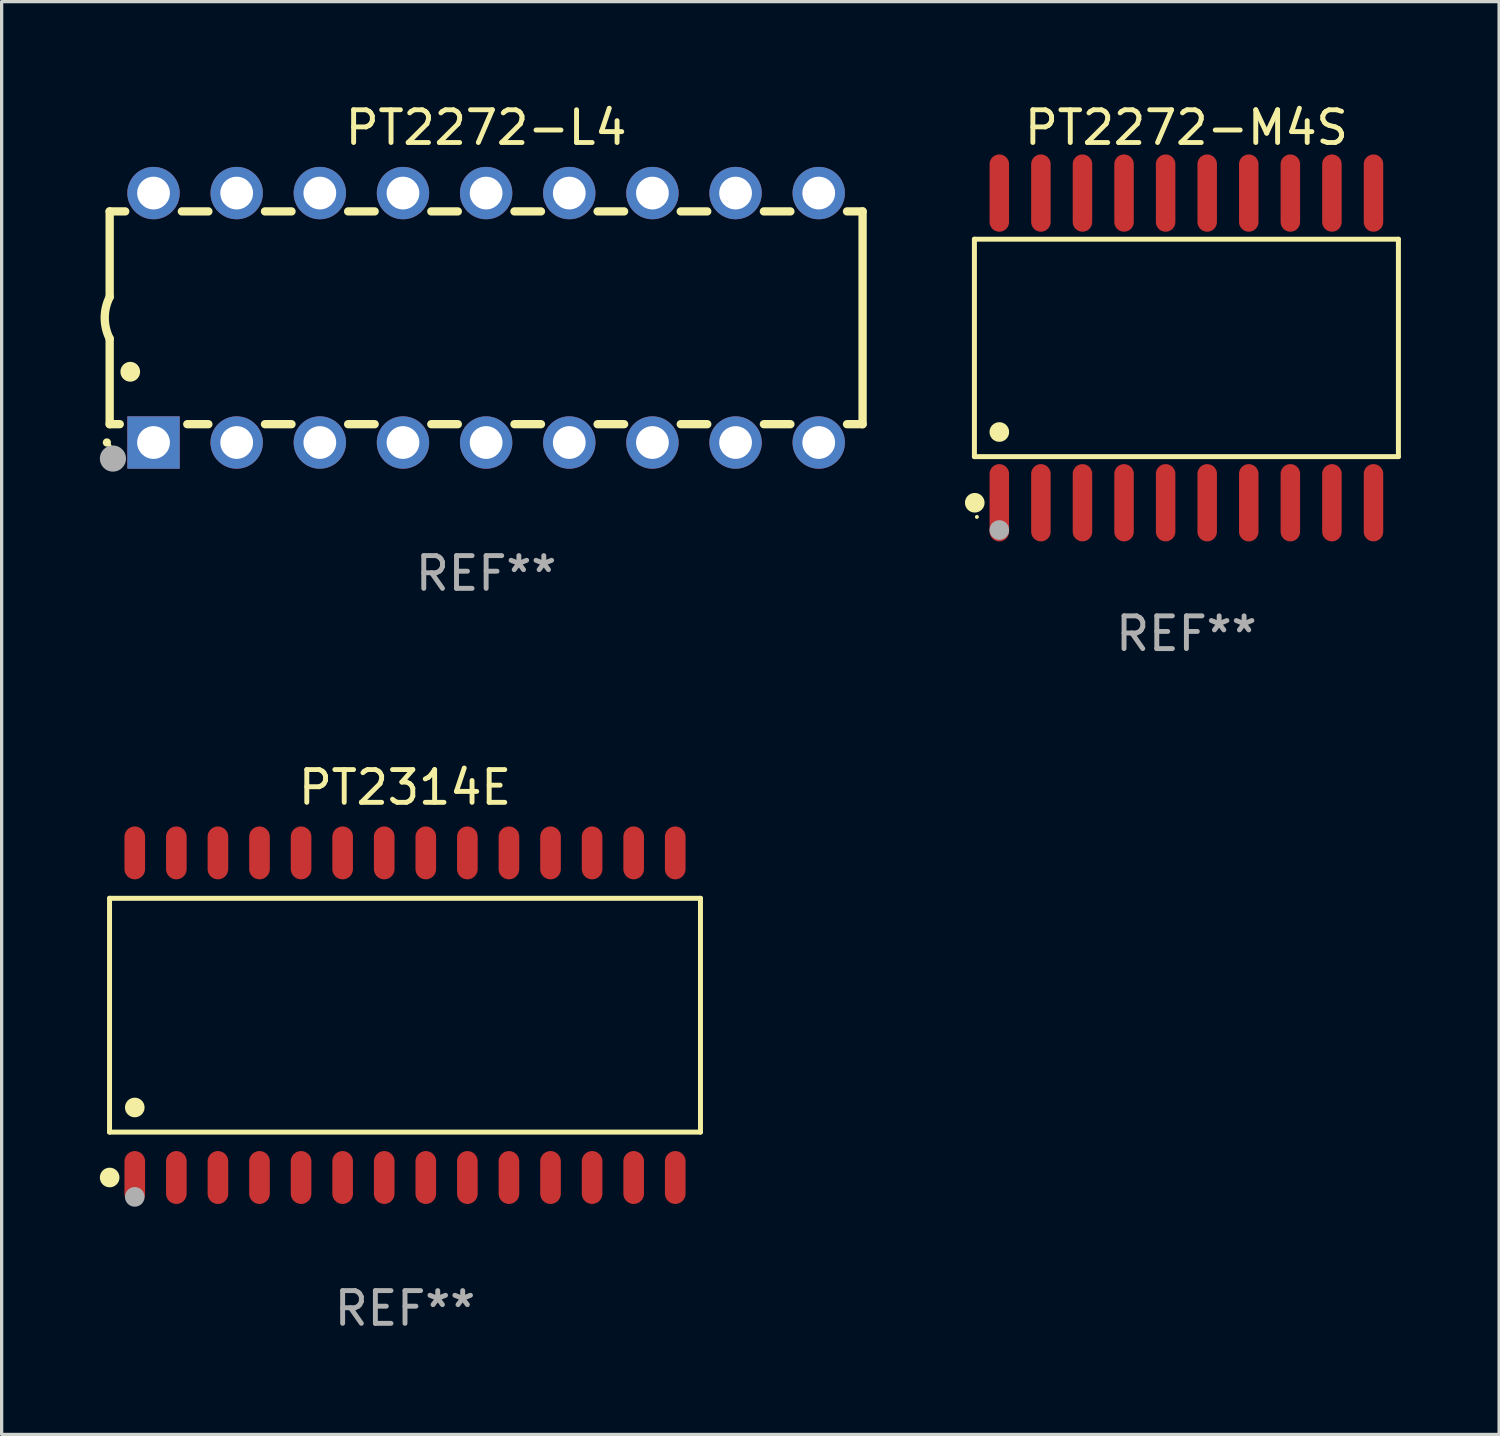
<source format=kicad_pcb>
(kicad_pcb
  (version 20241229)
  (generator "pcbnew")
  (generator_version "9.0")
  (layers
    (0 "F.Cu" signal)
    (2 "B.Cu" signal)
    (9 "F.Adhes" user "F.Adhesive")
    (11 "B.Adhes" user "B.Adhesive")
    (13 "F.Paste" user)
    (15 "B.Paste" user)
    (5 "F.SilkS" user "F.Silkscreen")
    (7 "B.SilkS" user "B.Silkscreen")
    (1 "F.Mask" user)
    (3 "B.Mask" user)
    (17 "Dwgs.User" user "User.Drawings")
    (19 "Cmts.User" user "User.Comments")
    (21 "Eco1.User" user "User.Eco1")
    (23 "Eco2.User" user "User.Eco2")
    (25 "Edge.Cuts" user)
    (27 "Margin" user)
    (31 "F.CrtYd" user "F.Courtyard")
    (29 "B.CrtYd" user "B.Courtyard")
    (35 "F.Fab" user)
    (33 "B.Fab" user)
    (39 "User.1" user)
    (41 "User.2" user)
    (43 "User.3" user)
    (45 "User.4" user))
  (footprint "PT2272-M4S"
    (layer "F.Cu")
    (at 33.192 7.578)
    (property "Reference" "PT2272-M4S" (at 0 -6.73 0) (layer "F.SilkS") (effects (font (size 1 1) (thickness 0.15))))
    (attr through_hole)
    (fp_line (start -6.476 -3.321) (end 6.476 -3.321) (stroke (width 0.152) (type solid)) (layer "F.SilkS"))
    (fp_line (start -6.476 3.321) (end -6.476 -3.321) (stroke (width 0.152) (type solid)) (layer "F.SilkS"))
    (fp_line (start 6.476 -3.321) (end 6.476 3.321) (stroke (width 0.152) (type solid)) (layer "F.SilkS"))
    (fp_line (start 6.476 3.321) (end -6.476 3.321) (stroke (width 0.152) (type solid)) (layer "F.SilkS"))
    (fp_circle (center -6.465 4.73) (end -6.315 4.73) (stroke (width 0.3) (type solid)) (fill no) (layer "F.SilkS"))
    (fp_circle (center -6.4 5.163) (end -6.37 5.163) (stroke (width 0.06) (type solid)) (fill no) (layer "F.SilkS"))
    (fp_circle (center -5.715 2.569) (end -5.565 2.569) (stroke (width 0.3) (type solid)) (fill no) (layer "F.SilkS"))
    (fp_circle (center -5.715 5.563) (end -5.565 5.563) (stroke (width 0.3) (type solid)) (fill no) (layer "F.Fab"))
    (fp_text user "REF**" (at 0 8.73 0) (layer "F.Fab") (effects (font (size 1 1) (thickness 0.15))))
    (pad "1" smd oval (at -5.715 4.73) (size 0.595 2.36) (layers "F.Cu" "F.Mask" "F.Paste"))
    (pad "2" smd oval (at -4.445 4.73) (size 0.595 2.36) (layers "F.Cu" "F.Mask" "F.Paste"))
    (pad "3" smd oval (at -3.175 4.73) (size 0.595 2.36) (layers "F.Cu" "F.Mask" "F.Paste"))
    (pad "4" smd oval (at -1.905 4.73) (size 0.595 2.36) (layers "F.Cu" "F.Mask" "F.Paste"))
    (pad "5" smd oval (at -0.635 4.73) (size 0.595 2.36) (layers "F.Cu" "F.Mask" "F.Paste"))
    (pad "6" smd oval (at 0.635 4.73) (size 0.595 2.36) (layers "F.Cu" "F.Mask" "F.Paste"))
    (pad "7" smd oval (at 1.905 4.73) (size 0.595 2.36) (layers "F.Cu" "F.Mask" "F.Paste"))
    (pad "8" smd oval (at 3.175 4.73) (size 0.595 2.36) (layers "F.Cu" "F.Mask" "F.Paste"))
    (pad "9" smd oval (at 4.445 4.73) (size 0.595 2.36) (layers "F.Cu" "F.Mask" "F.Paste"))
    (pad "10" smd oval (at 5.715 4.73) (size 0.595 2.36) (layers "F.Cu" "F.Mask" "F.Paste"))
    (pad "11" smd oval (at 5.715 -4.73) (size 0.595 2.36) (layers "F.Cu" "F.Mask" "F.Paste"))
    (pad "12" smd oval (at 4.445 -4.73) (size 0.595 2.36) (layers "F.Cu" "F.Mask" "F.Paste"))
    (pad "13" smd oval (at 3.175 -4.73) (size 0.595 2.36) (layers "F.Cu" "F.Mask" "F.Paste"))
    (pad "14" smd oval (at 1.905 -4.73) (size 0.595 2.36) (layers "F.Cu" "F.Mask" "F.Paste"))
    (pad "15" smd oval (at 0.635 -4.73) (size 0.595 2.36) (layers "F.Cu" "F.Mask" "F.Paste"))
    (pad "16" smd oval (at -0.635 -4.73) (size 0.595 2.36) (layers "F.Cu" "F.Mask" "F.Paste"))
    (pad "17" smd oval (at -1.905 -4.73) (size 0.595 2.36) (layers "F.Cu" "F.Mask" "F.Paste"))
    (pad "18" smd oval (at -3.175 -4.73) (size 0.595 2.36) (layers "F.Cu" "F.Mask" "F.Paste"))
    (pad "19" smd oval (at -4.445 -4.73) (size 0.595 2.36) (layers "F.Cu" "F.Mask" "F.Paste"))
    (pad "20" smd oval (at -5.715 -4.73) (size 0.595 2.36) (layers "F.Cu" "F.Mask" "F.Paste")))
  (footprint "PT2272-L4"
    (layer "F.Cu")
    (at 11.8 6.658)
    (property "Reference" "PT2272-L4" (at 0 -5.81 0) (layer "F.SilkS") (effects (font (size 1 1) (thickness 0.15))))
    (attr through_hole)
    (fp_line (start -11.5 -3.25) (end -11.5 -0.635) (stroke (width 0.254) (type solid)) (layer "F.SilkS"))
    (fp_line (start -11.5 3.25) (end -11.5 0.635) (stroke (width 0.254) (type solid)) (layer "F.SilkS"))
    (fp_line (start -11.5 3.25) (end -11.191 3.25) (stroke (width 0.254) (type solid)) (layer "F.SilkS"))
    (fp_line (start -11.025 -3.25) (end -11.5 -3.25) (stroke (width 0.254) (type solid)) (layer "F.SilkS"))
    (fp_line (start -9.129 3.25) (end -8.485 3.25) (stroke (width 0.254) (type solid)) (layer "F.SilkS"))
    (fp_line (start -8.485 -3.25) (end -9.295 -3.25) (stroke (width 0.254) (type solid)) (layer "F.SilkS"))
    (fp_line (start -6.755 3.25) (end -5.945 3.25) (stroke (width 0.254) (type solid)) (layer "F.SilkS"))
    (fp_line (start -5.945 -3.25) (end -6.755 -3.25) (stroke (width 0.254) (type solid)) (layer "F.SilkS"))
    (fp_line (start -4.215 3.25) (end -3.405 3.25) (stroke (width 0.254) (type solid)) (layer "F.SilkS"))
    (fp_line (start -3.405 -3.25) (end -4.215 -3.25) (stroke (width 0.254) (type solid)) (layer "F.SilkS"))
    (fp_line (start -1.675 3.25) (end -0.865 3.25) (stroke (width 0.254) (type solid)) (layer "F.SilkS"))
    (fp_line (start -0.865 -3.25) (end -1.675 -3.25) (stroke (width 0.254) (type solid)) (layer "F.SilkS"))
    (fp_line (start 0.865 3.25) (end 1.675 3.25) (stroke (width 0.254) (type solid)) (layer "F.SilkS"))
    (fp_line (start 1.675 -3.25) (end 0.865 -3.25) (stroke (width 0.254) (type solid)) (layer "F.SilkS"))
    (fp_line (start 3.405 3.25) (end 4.215 3.25) (stroke (width 0.254) (type solid)) (layer "F.SilkS"))
    (fp_line (start 4.215 -3.25) (end 3.405 -3.25) (stroke (width 0.254) (type solid)) (layer "F.SilkS"))
    (fp_line (start 5.945 3.25) (end 6.755 3.25) (stroke (width 0.254) (type solid)) (layer "F.SilkS"))
    (fp_line (start 6.755 -3.25) (end 5.945 -3.25) (stroke (width 0.254) (type solid)) (layer "F.SilkS"))
    (fp_line (start 8.485 3.25) (end 9.295 3.25) (stroke (width 0.254) (type solid)) (layer "F.SilkS"))
    (fp_line (start 9.295 -3.25) (end 8.485 -3.25) (stroke (width 0.254) (type solid)) (layer "F.SilkS"))
    (fp_line (start 11.025 3.25) (end 11.5 3.25) (stroke (width 0.254) (type solid)) (layer "F.SilkS"))
    (fp_line (start 11.5 -3.25) (end 11.025 -3.25) (stroke (width 0.254) (type solid)) (layer "F.SilkS"))
    (fp_line (start 11.5 -3.25) (end 11.5 3.25) (stroke (width 0.254) (type solid)) (layer "F.SilkS"))
    (fp_arc (start -11.584963 3.810008) (mid -11.58497 3.808738) (end -11.584963 3.807468) (stroke (width 0.25) (type solid)) (layer "F.SilkS"))
    (fp_arc (start -11.501143 0.635001) (mid -11.650665 -0.000132) (end -11.500025 -0.635001) (stroke (width 0.254001) (type solid)) (layer "F.SilkS"))
    (fp_arc (start -10.871222 1.651003) (mid -10.871233 1.648463) (end -10.871222 1.645923) (stroke (width 0.6) (type solid)) (layer "F.SilkS"))
    (fp_circle (center -11.5 3.91) (end -11.47 3.91) (stroke (width 0.06) (type solid)) (fill no) (layer "F.SilkS"))
    (fp_circle (center -11.4 4.3) (end -11.2 4.3) (stroke (width 0.4) (type solid)) (fill no) (layer "F.Fab"))
    (fp_text user "REF**" (at 0 7.81 0) (layer "F.Fab") (effects (font (size 1 1) (thickness 0.15))))
    (pad "1" thru_hole rect (at -10.16 3.81 90) (size 1.6 1.6) (drill 1) (layers "*.Cu" "*.Mask"))
    (pad "2" thru_hole circle (at -7.62 3.81 90) (size 1.6 1.6) (drill 1) (layers "*.Cu" "*.Mask"))
    (pad "3" thru_hole circle (at -5.08 3.81 90) (size 1.6 1.6) (drill 1) (layers "*.Cu" "*.Mask"))
    (pad "4" thru_hole circle (at -2.54 3.81 90) (size 1.6 1.6) (drill 1) (layers "*.Cu" "*.Mask"))
    (pad "5" thru_hole circle (at 0 3.81 90) (size 1.6 1.6) (drill 1) (layers "*.Cu" "*.Mask"))
    (pad "6" thru_hole circle (at 2.54 3.81 90) (size 1.6 1.6) (drill 1) (layers "*.Cu" "*.Mask"))
    (pad "7" thru_hole circle (at 5.08 3.81 90) (size 1.6 1.6) (drill 1) (layers "*.Cu" "*.Mask"))
    (pad "8" thru_hole circle (at 7.62 3.81 90) (size 1.6 1.6) (drill 1) (layers "*.Cu" "*.Mask"))
    (pad "9" thru_hole circle (at 10.16 3.81 90) (size 1.6 1.6) (drill 1) (layers "*.Cu" "*.Mask"))
    (pad "10" thru_hole circle (at 10.16 -3.81 90) (size 1.6 1.6) (drill 1) (layers "*.Cu" "*.Mask"))
    (pad "11" thru_hole circle (at 7.62 -3.81 90) (size 1.6 1.6) (drill 1) (layers "*.Cu" "*.Mask"))
    (pad "12" thru_hole circle (at 5.08 -3.81 90) (size 1.6 1.6) (drill 1) (layers "*.Cu" "*.Mask"))
    (pad "13" thru_hole circle (at 2.54 -3.81 90) (size 1.6 1.6) (drill 1) (layers "*.Cu" "*.Mask"))
    (pad "14" thru_hole circle (at 0 -3.81 90) (size 1.6 1.6) (drill 1) (layers "*.Cu" "*.Mask"))
    (pad "15" thru_hole circle (at -2.54 -3.81 90) (size 1.6 1.6) (drill 1) (layers "*.Cu" "*.Mask"))
    (pad "16" thru_hole circle (at -5.08 -3.81 90) (size 1.6 1.6) (drill 1) (layers "*.Cu" "*.Mask"))
    (pad "17" thru_hole circle (at -7.62 -3.81 90) (size 1.6 1.6) (drill 1) (layers "*.Cu" "*.Mask"))
    (pad "18" thru_hole circle (at -10.16 -3.81 90) (size 1.6 1.6) (drill 1) (layers "*.Cu" "*.Mask")))
  (footprint "PT2314E"
    (layer "F.Cu")
    (at 9.322 27.962)
    (property "Reference" "PT2314E" (at 0 -6.958 0) (layer "F.SilkS") (effects (font (size 1 1) (thickness 0.15))))
    (attr through_hole)
    (fp_line (start -9.026 -3.571) (end 9.026 -3.571) (stroke (width 0.152) (type solid)) (layer "F.SilkS"))
    (fp_line (start -9.026 3.571) (end -9.026 -3.571) (stroke (width 0.152) (type solid)) (layer "F.SilkS"))
    (fp_line (start 9.026 -3.571) (end 9.026 3.571) (stroke (width 0.152) (type solid)) (layer "F.SilkS"))
    (fp_line (start 9.026 3.571) (end -9.026 3.571) (stroke (width 0.152) (type solid)) (layer "F.SilkS"))
    (fp_circle (center -9.022 4.958) (end -8.872 4.958) (stroke (width 0.3) (type solid)) (fill no) (layer "F.SilkS"))
    (fp_circle (center -8.95 5.15) (end -8.92 5.15) (stroke (width 0.06) (type solid)) (fill no) (layer "F.SilkS"))
    (fp_circle (center -8.255 2.819) (end -8.105 2.819) (stroke (width 0.3) (type solid)) (fill no) (layer "F.SilkS"))
    (fp_circle (center -8.255 5.55) (end -8.105 5.55) (stroke (width 0.3) (type solid)) (fill no) (layer "F.Fab"))
    (fp_text user "REF**" (at 0 8.958 0) (layer "F.Fab") (effects (font (size 1 1) (thickness 0.15))))
    (pad "1" smd oval (at -8.255 4.958) (size 0.63 1.615) (layers "F.Cu" "F.Mask" "F.Paste"))
    (pad "2" smd oval (at -6.985 4.958) (size 0.63 1.615) (layers "F.Cu" "F.Mask" "F.Paste"))
    (pad "3" smd oval (at -5.715 4.958) (size 0.63 1.615) (layers "F.Cu" "F.Mask" "F.Paste"))
    (pad "4" smd oval (at -4.445 4.958) (size 0.63 1.615) (layers "F.Cu" "F.Mask" "F.Paste"))
    (pad "5" smd oval (at -3.175 4.958) (size 0.63 1.615) (layers "F.Cu" "F.Mask" "F.Paste"))
    (pad "6" smd oval (at -1.905 4.958) (size 0.63 1.615) (layers "F.Cu" "F.Mask" "F.Paste"))
    (pad "7" smd oval (at -0.635 4.958) (size 0.63 1.615) (layers "F.Cu" "F.Mask" "F.Paste"))
    (pad "8" smd oval (at 0.635 4.958) (size 0.63 1.615) (layers "F.Cu" "F.Mask" "F.Paste"))
    (pad "9" smd oval (at 1.905 4.958) (size 0.63 1.615) (layers "F.Cu" "F.Mask" "F.Paste"))
    (pad "10" smd oval (at 3.175 4.958) (size 0.63 1.615) (layers "F.Cu" "F.Mask" "F.Paste"))
    (pad "11" smd oval (at 4.445 4.958) (size 0.63 1.615) (layers "F.Cu" "F.Mask" "F.Paste"))
    (pad "12" smd oval (at 5.715 4.958) (size 0.63 1.615) (layers "F.Cu" "F.Mask" "F.Paste"))
    (pad "13" smd oval (at 6.985 4.958) (size 0.63 1.615) (layers "F.Cu" "F.Mask" "F.Paste"))
    (pad "14" smd oval (at 8.255 4.958) (size 0.63 1.615) (layers "F.Cu" "F.Mask" "F.Paste"))
    (pad "15" smd oval (at 8.255 -4.958) (size 0.63 1.615) (layers "F.Cu" "F.Mask" "F.Paste"))
    (pad "16" smd oval (at 6.985 -4.958) (size 0.63 1.615) (layers "F.Cu" "F.Mask" "F.Paste"))
    (pad "17" smd oval (at 5.715 -4.958) (size 0.63 1.615) (layers "F.Cu" "F.Mask" "F.Paste"))
    (pad "18" smd oval (at 4.445 -4.958) (size 0.63 1.615) (layers "F.Cu" "F.Mask" "F.Paste"))
    (pad "19" smd oval (at 3.175 -4.958) (size 0.63 1.615) (layers "F.Cu" "F.Mask" "F.Paste"))
    (pad "20" smd oval (at 1.905 -4.958) (size 0.63 1.615) (layers "F.Cu" "F.Mask" "F.Paste"))
    (pad "21" smd oval (at 0.635 -4.958) (size 0.63 1.615) (layers "F.Cu" "F.Mask" "F.Paste"))
    (pad "22" smd oval (at -0.635 -4.958) (size 0.63 1.615) (layers "F.Cu" "F.Mask" "F.Paste"))
    (pad "23" smd oval (at -1.905 -4.958) (size 0.63 1.615) (layers "F.Cu" "F.Mask" "F.Paste"))
    (pad "24" smd oval (at -3.175 -4.958) (size 0.63 1.615) (layers "F.Cu" "F.Mask" "F.Paste"))
    (pad "25" smd oval (at -4.445 -4.958) (size 0.63 1.615) (layers "F.Cu" "F.Mask" "F.Paste"))
    (pad "26" smd oval (at -5.715 -4.958) (size 0.63 1.615) (layers "F.Cu" "F.Mask" "F.Paste"))
    (pad "27" smd oval (at -6.985 -4.958) (size 0.63 1.615) (layers "F.Cu" "F.Mask" "F.Paste"))
    (pad "28" smd oval (at -8.255 -4.958) (size 0.63 1.615) (layers "F.Cu" "F.Mask" "F.Paste")))
  (gr_rect
    (start -3 -3)
    (end 42.744 40.768)
    (stroke (width 0.1) (type default))
    (fill no)
    (layer "Edge.Cuts")))
</source>
